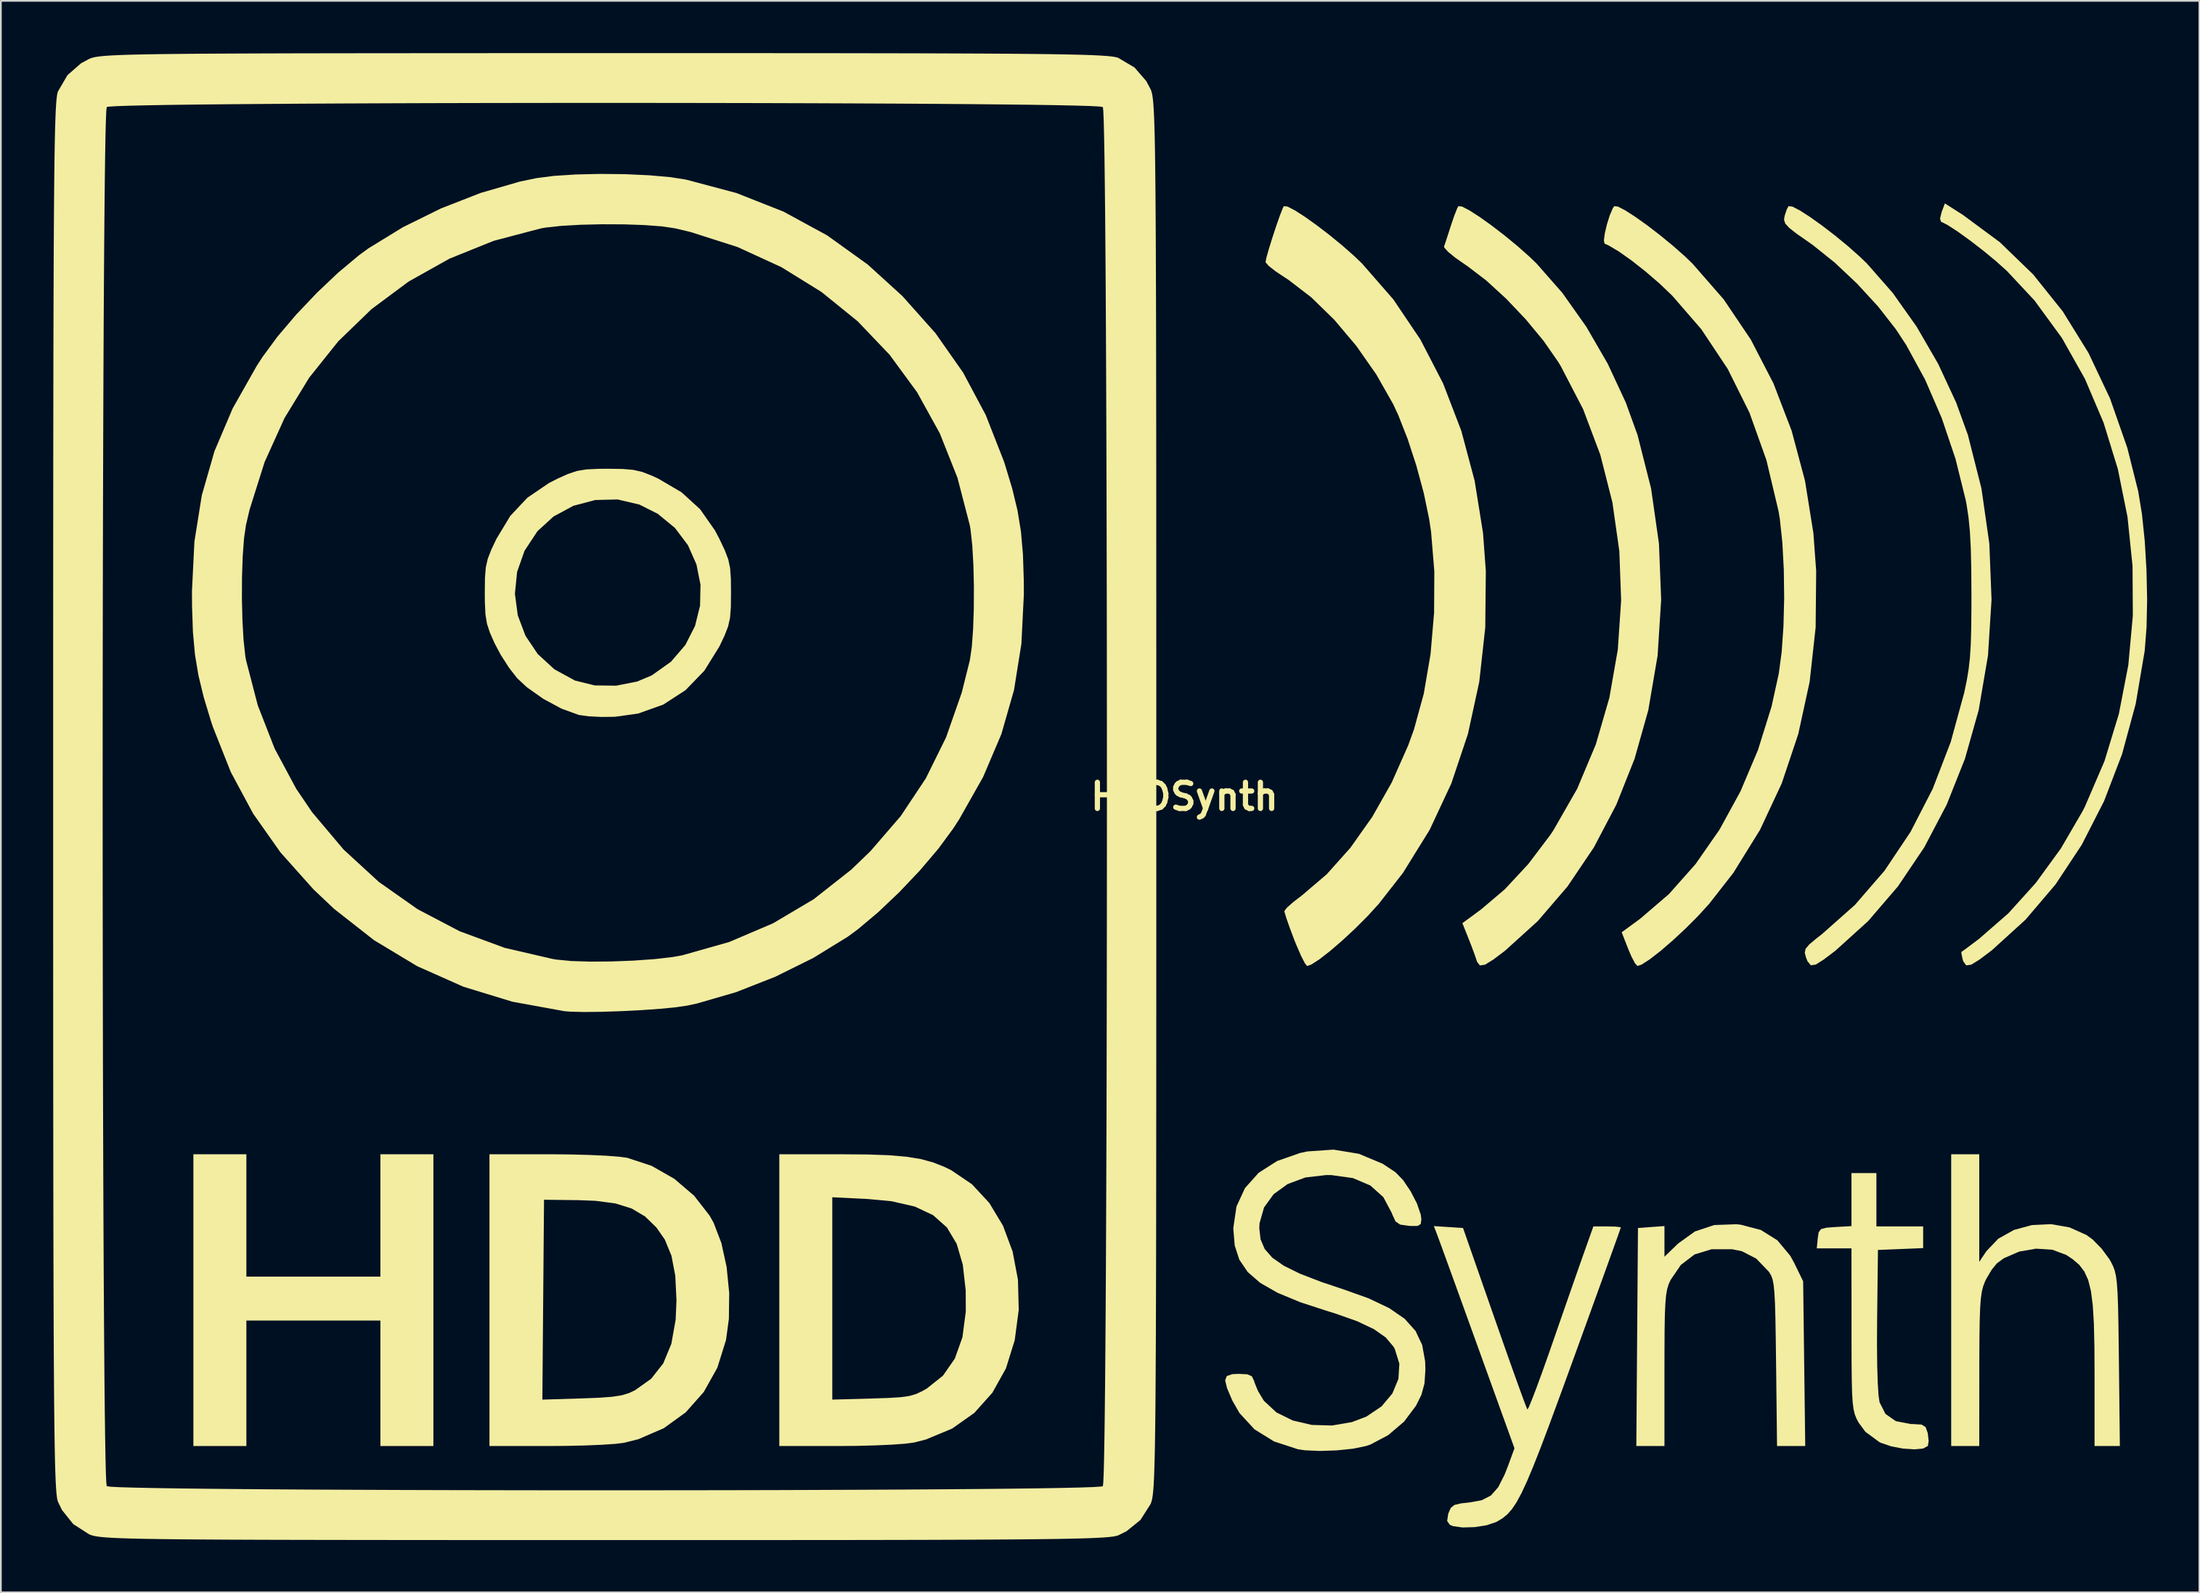
<source format=kicad_pcb>
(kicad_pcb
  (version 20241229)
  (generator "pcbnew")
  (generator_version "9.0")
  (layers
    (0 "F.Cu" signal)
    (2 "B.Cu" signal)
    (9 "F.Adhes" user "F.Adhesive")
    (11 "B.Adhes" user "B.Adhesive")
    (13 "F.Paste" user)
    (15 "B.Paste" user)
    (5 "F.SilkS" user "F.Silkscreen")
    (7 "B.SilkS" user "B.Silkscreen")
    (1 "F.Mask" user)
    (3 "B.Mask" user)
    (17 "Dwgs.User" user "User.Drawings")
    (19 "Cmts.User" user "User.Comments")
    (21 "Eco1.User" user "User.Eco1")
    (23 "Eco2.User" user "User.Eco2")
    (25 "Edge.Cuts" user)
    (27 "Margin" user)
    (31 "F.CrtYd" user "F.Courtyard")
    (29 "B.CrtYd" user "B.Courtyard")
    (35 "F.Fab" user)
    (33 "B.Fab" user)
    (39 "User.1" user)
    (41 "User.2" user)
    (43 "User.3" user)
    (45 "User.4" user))
  (footprint "HDDSynth"
    (layer "F.Cu")
    (at 64.931 42.69)
    (property "Reference" "HDDSynth" (at 0 0 0) (layer "F.SilkS") (effects (font (size 1.5 1.5) (thickness 0.3))))
    (attr board_only exclude_from_pos_files exclude_from_bom)
    (fp_poly (pts (xy -53.841 24.049) (xy -53.841 27.562) (xy -49.995 27.562) (xy -46.149 27.562) (xy -46.149 24.049) (xy -46.149 20.536) (xy -44.629 20.536) (xy -43.108 20.536) (xy -43.108 28.913) (xy -43.108 37.289) (xy -44.629 37.289) (xy -46.149 37.289) (xy -46.149 33.687) (xy -46.149 30.084) (xy -49.995 30.084) (xy -53.841 30.084) (xy -53.841 33.687) (xy -53.841 37.289) (xy -55.361 37.289) (xy -56.882 37.289) (xy -56.882 28.913) (xy -56.882 20.536) (xy -55.361 20.536) (xy -53.841 20.536)) (stroke (width 0) (type solid)) (fill yes) (layer "F.SilkS"))
    (fp_poly (pts (xy 31.918 24.58) (xy 33.078 24.883) (xy 34.025 25.476) (xy 34.764 26.361) (xy 34.993 26.778) (xy 35.506 27.832) (xy 35.566 32.561) (xy 35.626 37.289) (xy 34.817 37.289) (xy 34.008 37.289) (xy 33.952 32.528) (xy 33.934 31.088) (xy 33.914 29.963) (xy 33.89 29.109) (xy 33.857 28.481) (xy 33.812 28.033) (xy 33.751 27.721) (xy 33.671 27.501) (xy 33.568 27.326) (xy 33.528 27.27) (xy 32.815 26.528) (xy 31.992 26.104) (xy 31.424 25.989) (xy 30.249 25.99) (xy 29.274 26.289) (xy 28.486 26.891) (xy 27.896 27.757) (xy 27.786 28.001) (xy 27.702 28.276) (xy 27.64 28.63) (xy 27.597 29.113) (xy 27.569 29.774) (xy 27.554 30.662) (xy 27.548 31.825) (xy 27.546 32.869) (xy 27.546 37.289) (xy 26.739 37.289) (xy 25.932 37.289) (xy 25.979 31.029) (xy 26.026 24.77) (xy 26.786 24.714) (xy 27.546 24.659) (xy 27.546 25.539) (xy 27.546 26.419) (xy 28.331 25.662) (xy 29.292 24.969) (xy 30.405 24.6) (xy 31.673 24.554)) (stroke (width 0) (type solid)) (fill yes) (layer "F.SilkS"))
    (fp_poly (pts (xy -18.19 20.549) (xy -16.962 20.592) (xy -15.97 20.676) (xy -15.153 20.808) (xy -14.449 20.997) (xy -13.798 21.252) (xy -13.392 21.449) (xy -12.197 22.259) (xy -11.2 23.336) (xy -10.417 24.638) (xy -9.864 26.121) (xy -9.558 27.743) (xy -9.513 29.461) (xy -9.743 31.213) (xy -10.249 32.835) (xy -11.029 34.233) (xy -12.065 35.39) (xy -13.341 36.29) (xy -14.84 36.914) (xy -15.526 37.089) (xy -16.011 37.153) (xy -16.777 37.209) (xy -17.745 37.253) (xy -18.838 37.281) (xy -19.864 37.289) (xy -23.254 37.289) (xy -23.254 28.913) (xy -23.254 28.814) (xy -20.213 28.814) (xy -20.213 34.623) (xy -17.932 34.56) (xy -16.971 34.528) (xy -16.285 34.485) (xy -15.791 34.415) (xy -15.407 34.304) (xy -15.05 34.136) (xy -14.788 33.986) (xy -13.86 33.247) (xy -13.181 32.269) (xy -12.745 31.045) (xy -12.551 29.563) (xy -12.557 28.352) (xy -12.724 26.875) (xy -13.075 25.678) (xy -13.636 24.738) (xy -14.43 24.032) (xy -15.481 23.538) (xy -16.814 23.233) (xy -18.172 23.106) (xy -20.213 23.005) (xy -20.213 28.814) (xy -23.254 28.814) (xy -23.254 20.536) (xy -19.714 20.536)) (stroke (width 0) (type solid)) (fill yes) (layer "F.SilkS"))
    (fp_poly (pts (xy 39.71 23.148) (xy 39.71 24.679) (xy 41.051 24.679) (xy 42.393 24.679) (xy 42.393 25.302) (xy 42.393 25.925) (xy 41.096 25.978) (xy 39.799 26.03) (xy 39.751 30.052) (xy 39.744 31.45) (xy 39.756 32.67) (xy 39.787 33.665) (xy 39.834 34.389) (xy 39.892 34.779) (xy 40.231 35.446) (xy 40.826 35.861) (xy 41.678 36.025) (xy 41.833 36.028) (xy 42.301 36.058) (xy 42.533 36.198) (xy 42.652 36.527) (xy 42.66 36.564) (xy 42.71 37.004) (xy 42.664 37.285) (xy 42.388 37.433) (xy 41.875 37.48) (xy 41.231 37.435) (xy 40.559 37.307) (xy 39.964 37.104) (xy 39.883 37.064) (xy 39.079 36.473) (xy 38.685 35.938) (xy 38.563 35.704) (xy 38.468 35.464) (xy 38.398 35.17) (xy 38.348 34.775) (xy 38.315 34.231) (xy 38.296 33.49) (xy 38.286 32.504) (xy 38.282 31.227) (xy 38.282 30.579) (xy 38.279 25.94) (xy 37.284 25.94) (xy 36.289 25.94) (xy 36.345 25.355) (xy 36.397 25.013) (xy 36.533 24.833) (xy 36.848 24.752) (xy 37.34 24.715) (xy 38.279 24.661) (xy 38.279 23.139) (xy 38.279 21.617) (xy 38.994 21.617) (xy 39.71 21.617)) (stroke (width 0) (type solid)) (fill yes) (layer "F.SilkS"))
    (fp_poly (pts (xy -35.257 20.547) (xy -34.161 20.576) (xy -33.198 20.62) (xy -32.443 20.677) (xy -31.982 20.739) (xy -30.582 21.202) (xy -29.278 21.947) (xy -28.145 22.916) (xy -27.258 24.054) (xy -27.026 24.468) (xy -26.58 25.629) (xy -26.278 27.012) (xy -26.13 28.503) (xy -26.149 29.989) (xy -26.313 31.201) (xy -26.811 32.793) (xy -27.59 34.186) (xy -28.623 35.353) (xy -29.883 36.265) (xy -31.341 36.896) (xy -32.19 37.108) (xy -32.677 37.166) (xy -33.443 37.217) (xy -34.412 37.257) (xy -35.505 37.282) (xy -36.515 37.289) (xy -39.889 37.289) (xy -39.889 34.624) (xy -36.853 34.624) (xy -34.57 34.554) (xy -33.562 34.515) (xy -32.832 34.459) (xy -32.299 34.375) (xy -31.884 34.25) (xy -31.544 34.091) (xy -30.612 33.429) (xy -29.917 32.546) (xy -29.451 31.422) (xy -29.204 30.036) (xy -29.156 28.925) (xy -29.225 27.513) (xy -29.441 26.372) (xy -29.823 25.439) (xy -30.307 24.742) (xy -30.962 24.106) (xy -31.721 23.654) (xy -32.648 23.363) (xy -33.809 23.209) (xy -34.784 23.172) (xy -36.758 23.148) (xy -36.806 28.886) (xy -36.853 34.624) (xy -39.889 34.624) (xy -39.889 28.913) (xy -39.889 20.536) (xy -36.41 20.536)) (stroke (width 0) (type solid)) (fill yes) (layer "F.SilkS"))
    (fp_poly (pts (xy 45.613 23.625) (xy 45.613 26.714) (xy 46.022 26.102) (xy 46.704 25.386) (xy 47.602 24.883) (xy 48.637 24.601) (xy 49.728 24.549) (xy 50.797 24.736) (xy 51.764 25.171) (xy 52.12 25.429) (xy 52.632 25.951) (xy 53.087 26.569) (xy 53.175 26.723) (xy 53.294 26.963) (xy 53.387 27.213) (xy 53.458 27.519) (xy 53.511 27.929) (xy 53.55 28.488) (xy 53.579 29.243) (xy 53.6 30.239) (xy 53.618 31.524) (xy 53.628 32.38) (xy 53.683 37.289) (xy 52.957 37.289) (xy 52.231 37.289) (xy 52.231 33.245) (xy 52.223 31.598) (xy 52.192 30.268) (xy 52.129 29.213) (xy 52.023 28.389) (xy 51.865 27.755) (xy 51.643 27.267) (xy 51.349 26.883) (xy 50.972 26.559) (xy 50.604 26.316) (xy 49.806 26.017) (xy 48.869 25.957) (xy 47.906 26.124) (xy 47.032 26.502) (xy 46.622 26.803) (xy 46.329 27.163) (xy 46.023 27.679) (xy 45.949 27.832) (xy 45.844 28.097) (xy 45.764 28.409) (xy 45.705 28.815) (xy 45.664 29.366) (xy 45.638 30.111) (xy 45.624 31.1) (xy 45.617 32.382) (xy 45.617 32.921) (xy 45.613 37.289) (xy 44.808 37.289) (xy 44.003 37.289) (xy 44.003 28.913) (xy 44.003 20.536) (xy 44.808 20.536) (xy 45.613 20.536)) (stroke (width 0) (type solid)) (fill yes) (layer "F.SilkS"))
    (fp_poly (pts (xy 44.672 -33.402) (xy 46.793 -31.834) (xy 48.708 -29.981) (xy 50.407 -27.858) (xy 51.88 -25.48) (xy 53.118 -22.863) (xy 54.111 -20.023) (xy 54.737 -17.526) (xy 54.952 -16.216) (xy 55.112 -14.666) (xy 55.212 -12.99) (xy 55.248 -11.305) (xy 55.215 -9.726) (xy 55.108 -8.369) (xy 55.107 -8.361) (xy 54.592 -5.324) (xy 53.81 -2.441) (xy 52.774 0.263) (xy 51.497 2.765) (xy 49.992 5.041) (xy 48.271 7.064) (xy 46.349 8.812) (xy 45.628 9.357) (xy 45.154 9.651) (xy 44.867 9.69) (xy 44.699 9.469) (xy 44.657 9.33) (xy 44.591 9.015) (xy 44.591 8.918) (xy 44.742 8.811) (xy 45.101 8.543) (xy 45.594 8.172) (xy 45.621 8.151) (xy 47.283 6.702) (xy 48.857 4.958) (xy 50.294 2.983) (xy 51.543 0.839) (xy 51.681 0.566) (xy 52.801 -2.04) (xy 53.628 -4.758) (xy 54.169 -7.555) (xy 54.428 -10.393) (xy 54.411 -13.238) (xy 54.122 -16.055) (xy 53.567 -18.809) (xy 52.751 -21.463) (xy 51.679 -23.984) (xy 50.356 -26.336) (xy 48.787 -28.483) (xy 47.207 -30.175) (xy 46.574 -30.744) (xy 45.842 -31.348) (xy 45.084 -31.933) (xy 44.376 -32.443) (xy 43.791 -32.823) (xy 43.413 -33.014) (xy 43.364 -33.195) (xy 43.453 -33.56) (xy 43.453 -33.562) (xy 43.641 -34.06)) (stroke (width 0) (type solid)) (fill yes) (layer "F.SilkS"))
    (fp_poly (pts (xy 24.87 -33.881) (xy 25.292 -33.663) (xy 25.877 -33.287) (xy 26.568 -32.794) (xy 27.312 -32.221) (xy 28.055 -31.61) (xy 28.744 -31) (xy 29.154 -30.604) (xy 30.947 -28.549) (xy 32.501 -26.244) (xy 33.805 -23.72) (xy 34.846 -21.006) (xy 35.613 -18.133) (xy 36.094 -15.131) (xy 36.254 -12.954) (xy 36.223 -9.713) (xy 35.878 -6.586) (xy 35.226 -3.593) (xy 34.275 -0.754) (xy 33.029 1.912) (xy 31.497 4.384) (xy 30.108 6.162) (xy 29.47 6.861) (xy 28.756 7.576) (xy 28.02 8.26) (xy 27.318 8.865) (xy 26.705 9.342) (xy 26.236 9.644) (xy 25.998 9.727) (xy 25.857 9.573) (xy 25.647 9.175) (xy 25.47 8.759) (xy 25.092 7.791) (xy 26.152 7.014) (xy 27.804 5.596) (xy 29.33 3.876) (xy 30.706 1.897) (xy 31.908 -0.3) (xy 32.911 -2.67) (xy 33.692 -5.17) (xy 34.108 -7.064) (xy 34.273 -8.3) (xy 34.376 -9.78) (xy 34.417 -11.393) (xy 34.396 -13.029) (xy 34.314 -14.577) (xy 34.17 -15.926) (xy 34.096 -16.381) (xy 33.398 -19.32) (xy 32.424 -22.048) (xy 31.177 -24.556) (xy 29.664 -26.832) (xy 27.999 -28.756) (xy 27.271 -29.453) (xy 26.466 -30.147) (xy 25.658 -30.784) (xy 24.92 -31.305) (xy 24.326 -31.656) (xy 24.112 -31.747) (xy 24.069 -31.931) (xy 24.123 -32.339) (xy 24.245 -32.857) (xy 24.406 -33.374) (xy 24.578 -33.775) (xy 24.662 -33.902)) (stroke (width 0) (type solid)) (fill yes) (layer "F.SilkS"))
    (fp_poly (pts (xy 15.926 -33.881) (xy 16.349 -33.663) (xy 16.933 -33.287) (xy 17.624 -32.794) (xy 18.369 -32.221) (xy 19.112 -31.61) (xy 19.8 -31) (xy 20.21 -30.604) (xy 21.682 -28.928) (xy 23.059 -26.982) (xy 24.291 -24.854) (xy 25.326 -22.63) (xy 26 -20.768) (xy 26.778 -17.696) (xy 27.231 -14.524) (xy 27.357 -11.308) (xy 27.154 -8.103) (xy 26.619 -4.964) (xy 26.617 -4.954) (xy 25.831 -2.172) (xy 24.784 0.463) (xy 23.495 2.917) (xy 21.985 5.156) (xy 20.276 7.147) (xy 18.389 8.856) (xy 17.724 9.357) (xy 17.244 9.653) (xy 16.953 9.694) (xy 16.79 9.483) (xy 16.767 9.412) (xy 16.653 9.071) (xy 16.455 8.541) (xy 16.314 8.182) (xy 15.949 7.266) (xy 17.018 6.481) (xy 18.387 5.319) (xy 19.733 3.87) (xy 20.991 2.206) (xy 21.172 1.936) (xy 22.536 -0.447) (xy 23.607 -2.997) (xy 24.385 -5.677) (xy 24.87 -8.446) (xy 25.06 -11.265) (xy 24.957 -14.093) (xy 24.559 -16.893) (xy 23.866 -19.623) (xy 22.878 -22.246) (xy 21.594 -24.72) (xy 21.436 -24.978) (xy 20.608 -26.169) (xy 19.588 -27.401) (xy 18.463 -28.587) (xy 17.317 -29.637) (xy 16.236 -30.462) (xy 16.131 -30.532) (xy 15.551 -30.934) (xy 15.122 -31.285) (xy 14.908 -31.53) (xy 14.897 -31.587) (xy 14.991 -31.864) (xy 15.153 -32.36) (xy 15.29 -32.786) (xy 15.48 -33.345) (xy 15.642 -33.757) (xy 15.718 -33.902)) (stroke (width 0) (type solid)) (fill yes) (layer "F.SilkS"))
    (fp_poly (pts (xy 34.883 -33.88) (xy 35.311 -33.66) (xy 35.9 -33.282) (xy 36.595 -32.786) (xy 37.343 -32.21) (xy 38.09 -31.596) (xy 38.781 -30.982) (xy 39.171 -30.604) (xy 40.642 -28.928) (xy 42.02 -26.982) (xy 43.252 -24.854) (xy 44.286 -22.63) (xy 44.961 -20.768) (xy 45.739 -17.696) (xy 46.192 -14.524) (xy 46.318 -11.308) (xy 46.115 -8.103) (xy 45.58 -4.964) (xy 45.577 -4.954) (xy 44.792 -2.172) (xy 43.744 0.463) (xy 42.455 2.917) (xy 40.946 5.156) (xy 39.237 7.147) (xy 37.349 8.856) (xy 36.684 9.357) (xy 36.226 9.647) (xy 35.946 9.684) (xy 35.758 9.458) (xy 35.668 9.232) (xy 35.599 8.965) (xy 35.645 8.742) (xy 35.857 8.488) (xy 36.284 8.131) (xy 36.573 7.907) (xy 38.471 6.226) (xy 40.174 4.258) (xy 41.669 2.026) (xy 42.941 -0.446) (xy 43.976 -3.135) (xy 44.75 -5.966) (xy 44.895 -6.66) (xy 45.002 -7.301) (xy 45.077 -7.962) (xy 45.125 -8.718) (xy 45.152 -9.643) (xy 45.163 -10.811) (xy 45.164 -11.619) (xy 45.155 -13.093) (xy 45.127 -14.276) (xy 45.075 -15.237) (xy 44.996 -16.044) (xy 44.886 -16.766) (xy 44.838 -17.017) (xy 44.249 -19.397) (xy 43.46 -21.734) (xy 42.507 -23.939) (xy 41.424 -25.925) (xy 40.829 -26.832) (xy 39.813 -28.134) (xy 38.608 -29.447) (xy 37.318 -30.663) (xy 36.05 -31.679) (xy 35.811 -31.847) (xy 35.132 -32.321) (xy 34.706 -32.655) (xy 34.481 -32.901) (xy 34.41 -33.113) (xy 34.436 -33.32) (xy 34.564 -33.712) (xy 34.669 -33.902)) (stroke (width 0) (type solid)) (fill yes) (layer "F.SilkS"))
    (fp_poly (pts (xy 15.148 24.715) (xy 15.986 24.77) (xy 17.79 29.937) (xy 18.243 31.229) (xy 18.659 32.409) (xy 19.025 33.433) (xy 19.324 34.261) (xy 19.542 34.85) (xy 19.663 35.158) (xy 19.681 35.192) (xy 19.762 35.056) (xy 19.94 34.625) (xy 20.2 33.947) (xy 20.522 33.069) (xy 20.889 32.036) (xy 21.088 31.466) (xy 21.51 30.25) (xy 21.928 29.049) (xy 22.315 27.939) (xy 22.645 26.996) (xy 22.891 26.297) (xy 22.938 26.166) (xy 23.466 24.679) (xy 24.254 24.679) (xy 24.729 24.691) (xy 25.009 24.721) (xy 25.042 24.737) (xy 24.983 24.913) (xy 24.813 25.393) (xy 24.544 26.143) (xy 24.189 27.129) (xy 23.76 28.318) (xy 23.269 29.674) (xy 22.729 31.165) (xy 22.269 32.433) (xy 21.564 34.369) (xy 20.964 35.996) (xy 20.456 37.343) (xy 20.025 38.439) (xy 19.657 39.315) (xy 19.338 40) (xy 19.054 40.523) (xy 18.791 40.916) (xy 18.534 41.206) (xy 18.27 41.424) (xy 17.984 41.6) (xy 17.875 41.658) (xy 17.33 41.841) (xy 16.647 41.946) (xy 15.961 41.965) (xy 15.411 41.889) (xy 15.227 41.811) (xy 15.074 41.591) (xy 15.134 41.192) (xy 15.152 41.138) (xy 15.282 40.842) (xy 15.491 40.673) (xy 15.88 40.58) (xy 16.356 40.528) (xy 17.055 40.403) (xy 17.583 40.132) (xy 18.003 39.657) (xy 18.378 38.916) (xy 18.577 38.405) (xy 18.938 37.418) (xy 16.818 31.544) (xy 16.313 30.145) (xy 15.84 28.836) (xy 15.414 27.659) (xy 15.051 26.659) (xy 14.767 25.878) (xy 14.577 25.36) (xy 14.505 25.165) (xy 14.311 24.66)) (stroke (width 0) (type solid)) (fill yes) (layer "F.SilkS"))
    (fp_poly (pts (xy 5.909 -33.881) (xy 6.332 -33.663) (xy 6.916 -33.288) (xy 7.607 -32.794) (xy 8.351 -32.222) (xy 9.094 -31.611) (xy 9.783 -31.001) (xy 10.194 -30.604) (xy 11.986 -28.549) (xy 13.54 -26.244) (xy 14.844 -23.72) (xy 15.886 -21.006) (xy 16.653 -18.133) (xy 17.134 -15.131) (xy 17.294 -12.954) (xy 17.262 -9.713) (xy 16.917 -6.586) (xy 16.266 -3.593) (xy 15.314 -0.754) (xy 14.069 1.912) (xy 12.536 4.384) (xy 11.147 6.162) (xy 10.51 6.861) (xy 9.795 7.576) (xy 9.059 8.26) (xy 8.357 8.865) (xy 7.744 9.342) (xy 7.276 9.644) (xy 7.038 9.727) (xy 6.91 9.57) (xy 6.695 9.152) (xy 6.431 8.548) (xy 6.305 8.236) (xy 6.046 7.55) (xy 5.849 6.988) (xy 5.743 6.635) (xy 5.733 6.57) (xy 5.872 6.384) (xy 6.231 6.065) (xy 6.731 5.68) (xy 6.738 5.675) (xy 8.164 4.459) (xy 9.523 2.936) (xy 10.779 1.161) (xy 11.895 -0.814) (xy 12.836 -2.936) (xy 13.17 -3.857) (xy 13.733 -5.91) (xy 14.121 -8.176) (xy 14.325 -10.55) (xy 14.339 -12.925) (xy 14.153 -15.198) (xy 14.041 -15.943) (xy 13.732 -17.431) (xy 13.306 -19.006) (xy 12.805 -20.541) (xy 12.267 -21.91) (xy 11.976 -22.535) (xy 11.007 -24.241) (xy 9.862 -25.878) (xy 8.599 -27.376) (xy 7.277 -28.667) (xy 5.954 -29.682) (xy 5.769 -29.8) (xy 5.225 -30.163) (xy 4.827 -30.477) (xy 4.653 -30.68) (xy 4.651 -30.694) (xy 4.705 -30.963) (xy 4.847 -31.462) (xy 5.043 -32.091) (xy 5.26 -32.751) (xy 5.466 -33.34) (xy 5.628 -33.759) (xy 5.701 -33.902)) (stroke (width 0) (type solid)) (fill yes) (layer "F.SilkS"))
    (fp_poly (pts (xy -32.247 -18.813) (xy -31.632 -18.76) (xy -31.12 -18.642) (xy -30.583 -18.434) (xy -30.197 -18.255) (xy -28.863 -17.471) (xy -27.802 -16.503) (xy -26.95 -15.287) (xy -26.694 -14.801) (xy -26.379 -14.135) (xy -26.183 -13.616) (xy -26.077 -13.114) (xy -26.034 -12.501) (xy -26.026 -11.709) (xy -26.035 -10.875) (xy -26.081 -10.272) (xy -26.192 -9.773) (xy -26.395 -9.249) (xy -26.694 -8.618) (xy -27.559 -7.225) (xy -28.64 -6.109) (xy -29.914 -5.284) (xy -31.358 -4.768) (xy -32.689 -4.583) (xy -33.468 -4.574) (xy -34.206 -4.611) (xy -34.749 -4.687) (xy -34.77 -4.692) (xy -35.755 -5.051) (xy -36.795 -5.61) (xy -37.741 -6.278) (xy -38.295 -6.793) (xy -38.76 -7.389) (xy -39.244 -8.143) (xy -39.591 -8.795) (xy -39.863 -9.409) (xy -40.031 -9.922) (xy -40.12 -10.461) (xy -40.153 -11.154) (xy -40.157 -11.645) (xy -38.429 -11.645) (xy -38.264 -10.407) (xy -37.824 -9.237) (xy -37.12 -8.188) (xy -36.166 -7.311) (xy -34.983 -6.664) (xy -33.855 -6.385) (xy -32.621 -6.369) (xy -31.409 -6.609) (xy -30.573 -6.96) (xy -29.473 -7.744) (xy -28.647 -8.706) (xy -28.092 -9.796) (xy -27.803 -10.964) (xy -27.777 -12.16) (xy -28.011 -13.336) (xy -28.501 -14.441) (xy -29.243 -15.426) (xy -30.233 -16.24) (xy -31.289 -16.77) (xy -32.536 -17.061) (xy -33.822 -17.03) (xy -35.073 -16.698) (xy -36.212 -16.083) (xy -37.134 -15.242) (xy -37.877 -14.115) (xy -38.304 -12.898) (xy -38.429 -11.645) (xy -40.157 -11.645) (xy -40.157 -11.719) (xy -40.148 -12.551) (xy -40.101 -13.153) (xy -39.989 -13.653) (xy -39.783 -14.181) (xy -39.489 -14.801) (xy -38.695 -16.116) (xy -37.713 -17.162) (xy -36.479 -18.002) (xy -35.986 -18.255) (xy -35.374 -18.53) (xy -34.862 -18.699) (xy -34.324 -18.788) (xy -33.633 -18.821) (xy -33.092 -18.825)) (stroke (width 0) (type solid)) (fill yes) (layer "F.SilkS"))
    (fp_poly (pts (xy 10.009 20.51) (xy 11.371 21.08) (xy 12.11 21.568) (xy 12.548 22.023) (xy 12.981 22.664) (xy 13.342 23.366) (xy 13.56 24.003) (xy 13.594 24.275) (xy 13.558 24.543) (xy 13.384 24.652) (xy 12.973 24.653) (xy 12.861 24.645) (xy 12.377 24.575) (xy 12.111 24.392) (xy 11.924 23.988) (xy 11.894 23.902) (xy 11.412 22.997) (xy 10.666 22.329) (xy 9.67 21.905) (xy 8.435 21.733) (xy 8.139 21.729) (xy 6.942 21.868) (xy 5.922 22.245) (xy 5.117 22.828) (xy 4.567 23.587) (xy 4.308 24.492) (xy 4.293 24.784) (xy 4.365 25.42) (xy 4.603 25.976) (xy 5.039 26.475) (xy 5.706 26.941) (xy 6.637 27.399) (xy 7.863 27.871) (xy 9.033 28.262) (xy 10.553 28.803) (xy 11.745 29.368) (xy 12.637 29.984) (xy 13.26 30.68) (xy 13.641 31.484) (xy 13.811 32.424) (xy 13.826 32.912) (xy 13.774 33.701) (xy 13.596 34.349) (xy 13.285 34.978) (xy 12.599 35.892) (xy 11.687 36.666) (xy 10.67 37.204) (xy 10.407 37.292) (xy 9.662 37.444) (xy 8.732 37.539) (xy 7.766 37.572) (xy 6.911 37.534) (xy 6.512 37.475) (xy 5.141 37.027) (xy 4.018 36.331) (xy 3.155 35.395) (xy 2.746 34.679) (xy 2.443 33.97) (xy 2.333 33.518) (xy 2.43 33.268) (xy 2.745 33.162) (xy 3.111 33.146) (xy 3.61 33.171) (xy 3.867 33.286) (xy 3.996 33.554) (xy 4.019 33.641) (xy 4.213 34.121) (xy 4.525 34.642) (xy 4.57 34.704) (xy 5.278 35.361) (xy 6.215 35.823) (xy 7.302 36.077) (xy 8.461 36.111) (xy 9.611 35.914) (xy 10.44 35.598) (xy 11.308 35.014) (xy 11.929 34.274) (xy 12.278 33.437) (xy 12.332 32.563) (xy 12.069 31.715) (xy 11.995 31.584) (xy 11.551 31.057) (xy 10.867 30.576) (xy 9.908 30.122) (xy 8.638 29.674) (xy 8.263 29.56) (xy 6.639 29.03) (xy 5.345 28.493) (xy 4.35 27.924) (xy 3.628 27.298) (xy 3.148 26.591) (xy 2.882 25.776) (xy 2.803 24.829) (xy 2.804 24.759) (xy 2.983 23.536) (xy 3.472 22.478) (xy 4.254 21.602) (xy 5.313 20.925) (xy 6.633 20.463) (xy 7.054 20.373) (xy 8.551 20.27)) (stroke (width 0) (type solid)) (fill yes) (layer "F.SilkS"))
    (fp_poly (pts (xy -32.101 -35.739) (xy -30.722 -35.676) (xy -29.504 -35.568) (xy -28.62 -35.43) (xy -25.717 -34.657) (xy -23.018 -33.591) (xy -20.51 -32.225) (xy -18.181 -30.552) (xy -16.188 -28.739) (xy -14.288 -26.604) (xy -12.705 -24.346) (xy -11.408 -21.913) (xy -10.365 -19.253) (xy -10.296 -19.041) (xy -9.884 -17.675) (xy -9.586 -16.44) (xy -9.387 -15.225) (xy -9.272 -13.922) (xy -9.223 -12.421) (xy -9.219 -11.619) (xy -9.36 -8.776) (xy -9.785 -6.116) (xy -10.511 -3.585) (xy -11.556 -1.129) (xy -12.934 1.309) (xy -13.273 1.832) (xy -14.126 2.992) (xy -15.186 4.24) (xy -16.369 5.488) (xy -17.588 6.646) (xy -18.757 7.628) (xy -19.326 8.046) (xy -21.309 9.266) (xy -23.488 10.345) (xy -25.743 11.231) (xy -27.959 11.874) (xy -28.505 11.994) (xy -29.165 12.093) (xy -30.079 12.183) (xy -31.154 12.259) (xy -32.299 12.318) (xy -33.422 12.356) (xy -34.431 12.368) (xy -35.234 12.349) (xy -35.596 12.32) (xy -38.571 11.778) (xy -41.387 10.916) (xy -44.037 9.737) (xy -46.514 8.244) (xy -48.813 6.441) (xy -49.995 5.321) (xy -51.883 3.205) (xy -53.451 0.98) (xy -54.736 -1.411) (xy -55.772 -4.026) (xy -55.874 -4.336) (xy -56.29 -5.711) (xy -56.59 -6.95) (xy -56.792 -8.16) (xy -56.909 -9.454) (xy -56.959 -10.94) (xy -56.961 -11.353) (xy -54.097 -11.353) (xy -54.067 -10.115) (xy -54.003 -8.995) (xy -53.904 -8.088) (xy -53.861 -7.836) (xy -53.186 -5.238) (xy -52.217 -2.754) (xy -50.98 -0.448) (xy -50.07 0.894) (xy -48.262 3.039) (xy -46.238 4.899) (xy -44.013 6.466) (xy -41.601 7.731) (xy -39.015 8.685) (xy -36.271 9.321) (xy -36.039 9.359) (xy -35.203 9.44) (xy -34.118 9.475) (xy -32.888 9.466) (xy -31.619 9.417) (xy -30.416 9.331) (xy -29.382 9.212) (xy -28.828 9.113) (xy -26.126 8.347) (xy -23.61 7.273) (xy -21.279 5.89) (xy -19.13 4.198) (xy -18.024 3.133) (xy -16.288 1.121) (xy -14.847 -1.045) (xy -13.685 -3.398) (xy -12.784 -5.971) (xy -12.317 -7.836) (xy -12.207 -8.594) (xy -12.132 -9.615) (xy -12.092 -10.804) (xy -12.086 -12.065) (xy -12.116 -13.304) (xy -12.18 -14.424) (xy -12.279 -15.33) (xy -12.322 -15.582) (xy -13.032 -18.313) (xy -14.046 -20.864) (xy -15.349 -23.221) (xy -16.924 -25.369) (xy -18.756 -27.291) (xy -20.831 -28.973) (xy -23.132 -30.399) (xy -25.645 -31.553) (xy -28.354 -32.42) (xy -29.246 -32.631) (xy -29.998 -32.742) (xy -31.012 -32.818) (xy -32.193 -32.858) (xy -33.445 -32.863) (xy -34.675 -32.834) (xy -35.787 -32.769) (xy -36.687 -32.67) (xy -36.937 -32.626) (xy -39.649 -31.911) (xy -42.182 -30.889) (xy -44.523 -29.578) (xy -46.656 -27.992) (xy -48.564 -26.146) (xy -50.234 -24.057) (xy -51.65 -21.739) (xy -52.795 -19.208) (xy -53.656 -16.48) (xy -53.866 -15.582) (xy -53.976 -14.824) (xy -54.051 -13.803) (xy -54.091 -12.615) (xy -54.097 -11.353) (xy -56.961 -11.353) (xy -56.964 -11.799) (xy -56.823 -14.643) (xy -56.398 -17.302) (xy -55.672 -19.833) (xy -54.627 -22.29) (xy -53.249 -24.727) (xy -52.91 -25.25) (xy -52.051 -26.418) (xy -50.984 -27.673) (xy -49.793 -28.927) (xy -48.567 -30.09) (xy -47.39 -31.074) (xy -46.845 -31.474) (xy -44.858 -32.694) (xy -42.673 -33.772) (xy -40.402 -34.66) (xy -38.159 -35.31) (xy -37.206 -35.51) (xy -36.194 -35.641) (xy -34.939 -35.722) (xy -33.541 -35.754)) (stroke (width 0) (type solid)) (fill yes) (layer "F.SilkS"))
    (fp_poly (pts (xy -26.059 -42.689) (xy -22.929 -42.688) (xy -20.109 -42.686) (xy -17.581 -42.682) (xy -15.33 -42.678) (xy -13.339 -42.671) (xy -11.592 -42.664) (xy -10.073 -42.654) (xy -8.766 -42.643) (xy -7.653 -42.629) (xy -6.72 -42.613) (xy -5.949 -42.595) (xy -5.325 -42.575) (xy -4.832 -42.551) (xy -4.452 -42.525) (xy -4.17 -42.496) (xy -3.969 -42.464) (xy -3.834 -42.429) (xy -3.798 -42.415) (xy -2.869 -41.866) (xy -2.194 -41.084) (xy -1.948 -40.622) (xy -1.911 -40.532) (xy -1.877 -40.419) (xy -1.845 -40.27) (xy -1.817 -40.07) (xy -1.79 -39.806) (xy -1.767 -39.462) (xy -1.745 -39.025) (xy -1.726 -38.481) (xy -1.708 -37.815) (xy -1.693 -37.013) (xy -1.68 -36.06) (xy -1.668 -34.944) (xy -1.658 -33.649) (xy -1.649 -32.161) (xy -1.642 -30.466) (xy -1.635 -28.55) (xy -1.63 -26.399) (xy -1.627 -23.998) (xy -1.623 -21.333) (xy -1.621 -18.39) (xy -1.62 -15.155) (xy -1.619 -11.613) (xy -1.618 -7.751) (xy -1.618 -3.554) (xy -1.618 -0.000001) (xy -1.618 4.471) (xy -1.618 8.596) (xy -1.619 12.389) (xy -1.62 15.865) (xy -1.622 19.037) (xy -1.624 21.92) (xy -1.627 24.527) (xy -1.631 26.874) (xy -1.637 28.975) (xy -1.643 30.843) (xy -1.651 32.493) (xy -1.66 33.939) (xy -1.67 35.195) (xy -1.682 36.275) (xy -1.696 37.194) (xy -1.712 37.967) (xy -1.73 38.606) (xy -1.749 39.126) (xy -1.771 39.542) (xy -1.796 39.868) (xy -1.823 40.118) (xy -1.852 40.305) (xy -1.884 40.445) (xy -1.919 40.552) (xy -1.948 40.622) (xy -2.526 41.533) (xy -3.329 42.183) (xy -3.798 42.415) (xy -3.913 42.451) (xy -4.088 42.485) (xy -4.339 42.515) (xy -4.681 42.542) (xy -5.131 42.566) (xy -5.706 42.588) (xy -6.421 42.607) (xy -7.293 42.624) (xy -8.339 42.638) (xy -9.573 42.65) (xy -11.013 42.66) (xy -12.675 42.669) (xy -14.576 42.676) (xy -16.73 42.681) (xy -19.155 42.685) (xy -21.867 42.687) (xy -24.882 42.689) (xy -28.216 42.69) (xy -31.886 42.69) (xy -33.309 42.69) (xy -37.074 42.689) (xy -40.497 42.688) (xy -43.596 42.687) (xy -46.386 42.684) (xy -48.886 42.681) (xy -51.111 42.677) (xy -53.079 42.672) (xy -54.805 42.665) (xy -56.307 42.656) (xy -57.6 42.646) (xy -58.703 42.633) (xy -59.63 42.619) (xy -60.4 42.602) (xy -61.028 42.582) (xy -61.532 42.56) (xy -61.928 42.534) (xy -62.232 42.506) (xy -62.461 42.474) (xy -62.633 42.438) (xy -62.763 42.399) (xy -62.868 42.356) (xy -62.874 42.353) (xy -63.778 41.771) (xy -64.424 40.963) (xy -64.654 40.49) (xy -64.685 40.388) (xy -64.714 40.228) (xy -64.741 39.997) (xy -64.765 39.68) (xy -64.787 39.265) (xy -64.808 38.737) (xy -64.826 38.081) (xy -64.842 37.285) (xy -64.857 36.334) (xy -64.87 35.215) (xy -64.881 33.913) (xy -64.891 32.415) (xy -64.9 30.706) (xy -64.907 28.773) (xy -64.913 26.602) (xy -64.918 24.179) (xy -64.922 21.49) (xy -64.925 18.521) (xy -64.928 15.259) (xy -64.929 11.688) (xy -64.93 7.797) (xy -64.931 3.57) (xy -64.931 -0.000001) (xy -64.931 -0.161) (xy -62.089 -0.161) (xy -62.088 3.114) (xy -62.086 6.369) (xy -62.082 9.586) (xy -62.077 12.744) (xy -62.071 15.823) (xy -62.063 18.803) (xy -62.054 21.664) (xy -62.043 24.387) (xy -62.031 26.951) (xy -62.017 29.336) (xy -62.002 31.523) (xy -61.986 33.491) (xy -61.968 35.22) (xy -61.949 36.691) (xy -61.928 37.884) (xy -61.906 38.778) (xy -61.882 39.354) (xy -61.857 39.591) (xy -61.854 39.595) (xy -61.649 39.625) (xy -61.109 39.653) (xy -60.258 39.678) (xy -59.119 39.702) (xy -57.716 39.724) (xy -56.071 39.743) (xy -54.208 39.761) (xy -52.151 39.777) (xy -49.922 39.791) (xy -47.545 39.802) (xy -45.044 39.812) (xy -42.441 39.82) (xy -39.76 39.825) (xy -37.024 39.829) (xy -34.256 39.831) (xy -31.48 39.83) (xy -28.72 39.828) (xy -25.997 39.824) (xy -23.336 39.818) (xy -20.76 39.809) (xy -18.293 39.799) (xy -15.956 39.787) (xy -13.775 39.772) (xy -11.772 39.756) (xy -9.97 39.738) (xy -8.393 39.718) (xy -7.063 39.695) (xy -6.006 39.671) (xy -5.242 39.645) (xy -4.797 39.616) (xy -4.686 39.595) (xy -4.661 39.392) (xy -4.637 38.849) (xy -4.615 37.985) (xy -4.594 36.821) (xy -4.575 35.377) (xy -4.557 33.672) (xy -4.54 31.726) (xy -4.525 29.56) (xy -4.511 27.194) (xy -4.499 24.646) (xy -4.488 21.939) (xy -4.478 19.09) (xy -4.47 16.121) (xy -4.464 13.05) (xy -4.459 9.899) (xy -4.455 6.688) (xy -4.453 3.435) (xy -4.452 0.161) (xy -4.453 -3.114) (xy -4.455 -6.369) (xy -4.458 -9.586) (xy -4.463 -12.744) (xy -4.47 -15.823) (xy -4.478 -18.803) (xy -4.487 -21.664) (xy -4.498 -24.387) (xy -4.51 -26.951) (xy -4.523 -29.336) (xy -4.538 -31.523) (xy -4.555 -33.491) (xy -4.573 -35.22) (xy -4.592 -36.691) (xy -4.613 -37.884) (xy -4.635 -38.778) (xy -4.659 -39.354) (xy -4.684 -39.591) (xy -4.686 -39.595) (xy -4.892 -39.625) (xy -5.432 -39.653) (xy -6.283 -39.678) (xy -7.422 -39.702) (xy -8.825 -39.724) (xy -10.47 -39.743) (xy -12.333 -39.761) (xy -14.39 -39.777) (xy -16.619 -39.791) (xy -18.995 -39.802) (xy -21.497 -39.812) (xy -24.1 -39.82) (xy -26.781 -39.825) (xy -29.517 -39.829) (xy -32.285 -39.831) (xy -35.06 -39.831) (xy -37.821 -39.828) (xy -40.544 -39.824) (xy -43.205 -39.818) (xy -45.781 -39.809) (xy -48.248 -39.799) (xy -50.584 -39.787) (xy -52.766 -39.772) (xy -54.769 -39.756) (xy -56.571 -39.738) (xy -58.148 -39.718) (xy -59.477 -39.695) (xy -60.535 -39.671) (xy -61.299 -39.645) (xy -61.744 -39.616) (xy -61.854 -39.595) (xy -61.88 -39.392) (xy -61.903 -38.849) (xy -61.926 -37.985) (xy -61.947 -36.821) (xy -61.966 -35.377) (xy -61.984 -33.672) (xy -62.001 -31.726) (xy -62.016 -29.56) (xy -62.03 -27.194) (xy -62.042 -24.646) (xy -62.053 -21.939) (xy -62.062 -19.09) (xy -62.07 -16.121) (xy -62.077 -13.05) (xy -62.082 -9.899) (xy -62.086 -6.688) (xy -62.088 -3.435) (xy -62.089 -0.161) (xy -64.931 -0.161) (xy -64.931 -4.501) (xy -64.93 -8.655) (xy -64.929 -12.477) (xy -64.927 -15.98) (xy -64.925 -19.179) (xy -64.921 -22.087) (xy -64.917 -24.718) (xy -64.912 -27.086) (xy -64.905 -29.205) (xy -64.898 -31.089) (xy -64.889 -32.752) (xy -64.879 -34.207) (xy -64.867 -35.469) (xy -64.854 -36.551) (xy -64.839 -37.468) (xy -64.822 -38.233) (xy -64.803 -38.86) (xy -64.783 -39.363) (xy -64.76 -39.756) (xy -64.735 -40.053) (xy -64.708 -40.268) (xy -64.679 -40.414) (xy -64.654 -40.49) (xy -64.109 -41.425) (xy -63.332 -42.105) (xy -62.874 -42.353) (xy -62.77 -42.397) (xy -62.642 -42.436) (xy -62.474 -42.472) (xy -62.248 -42.504) (xy -61.949 -42.533) (xy -61.56 -42.558) (xy -61.064 -42.581) (xy -60.444 -42.601) (xy -59.683 -42.618) (xy -58.766 -42.633) (xy -57.675 -42.645) (xy -56.394 -42.656) (xy -54.906 -42.664) (xy -53.194 -42.671) (xy -51.243 -42.677) (xy -49.034 -42.681) (xy -46.552 -42.684) (xy -43.78 -42.686) (xy -40.701 -42.688) (xy -37.299 -42.689) (xy -33.557 -42.69) (xy -33.309 -42.69) (xy -29.513 -42.69)) (stroke (width 0) (type solid)) (fill yes) (layer "F.SilkS")))
  (gr_rect
    (start -3 -3)
    (end 123.179 88.38)
    (stroke (width 0.1) (type default))
    (fill no)
    (layer "Edge.Cuts")))
</source>
